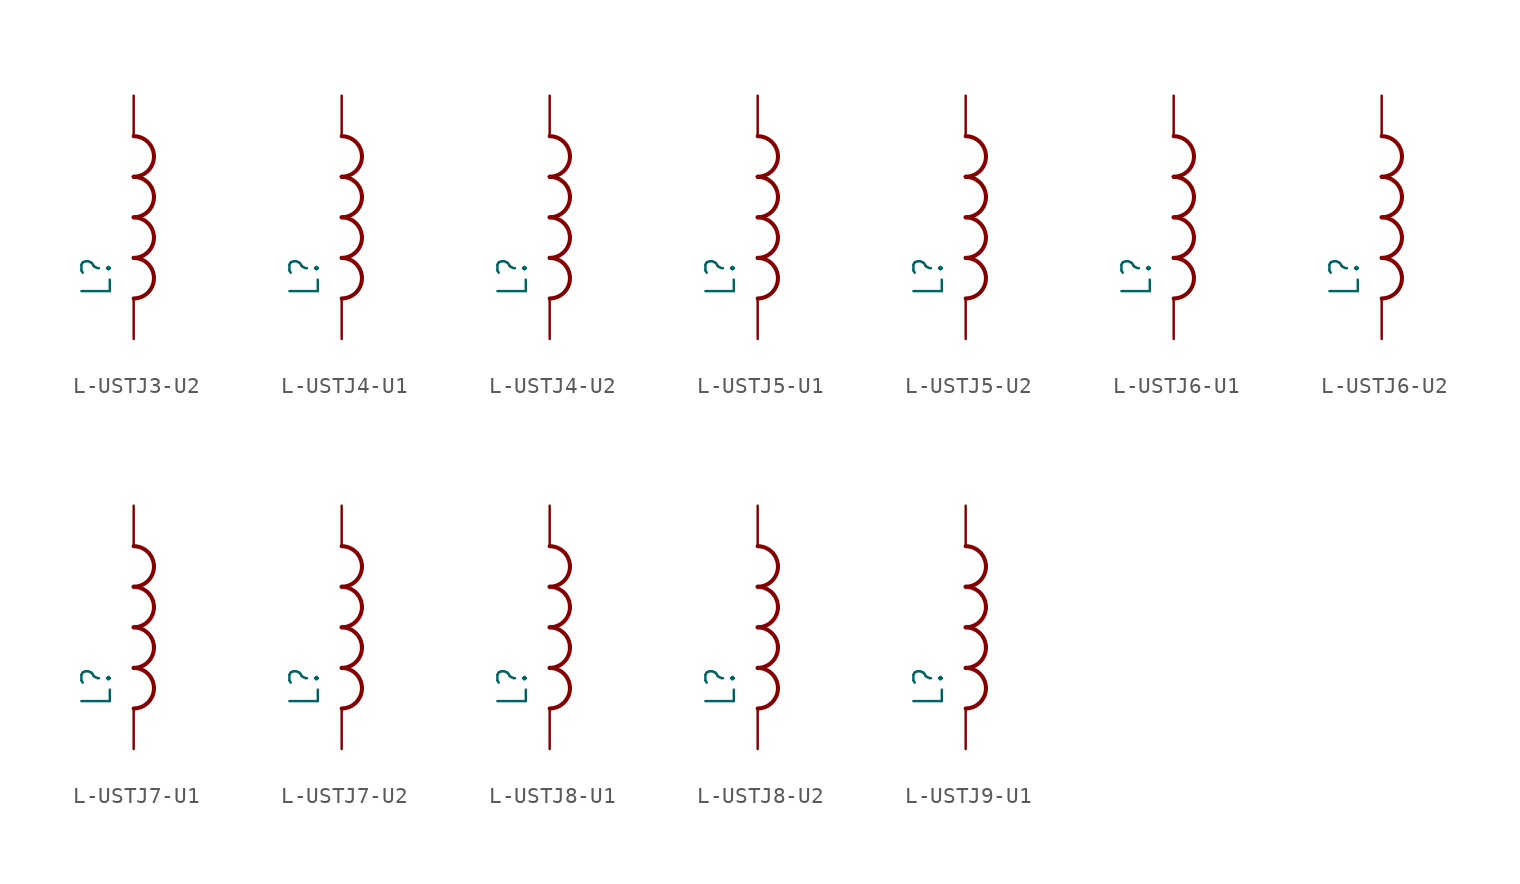
<source format=kicad_sym>
(kicad_symbol_lib
  (version 20241209)
  (generator "kicad_symbol_editor")
  (generator_version "9.0")
  (symbol "L-USTJ3-U2"
    (property "Reference" "L"
      (at -1.27 -5.08 90)
      (effects (font (size 1.778 1.511)) (justify left bottom)))
    (property "Value" ""
      (at 3.81 -5.08 90)
      (effects (font (size 1.778 1.511)) (justify left bottom)))
    (property "ki_locked" ""
      (at 0 0 0)
      (effects (font (size 1.27 1.27))))
    (symbol "L-USTJ3-U2_1_0"
      (arc (start 1.27 3.81) (mid 0.898 2.912) (end 0 2.54) (stroke (width 0.254) (type solid)) (fill (type none)))
      (arc (start 0 5.08) (mid 0.898 4.708) (end 1.27 3.81) (stroke (width 0.254) (type solid)) (fill (type none)))
      (arc (start 1.27 1.27) (mid 0.898 0.372) (end 0 0) (stroke (width 0.254) (type solid)) (fill (type none)))
      (arc (start 0 2.54) (mid 0.898 2.168) (end 1.27 1.27) (stroke (width 0.254) (type solid)) (fill (type none)))
      (arc (start 1.27 -1.27) (mid 0.898 -2.168) (end 0 -2.54) (stroke (width 0.254) (type solid)) (fill (type none)))
      (arc (start 0 0) (mid 0.898 -0.372) (end 1.27 -1.27) (stroke (width 0.254) (type solid)) (fill (type none)))
      (arc (start 1.27 -3.81) (mid 0.898 -4.708) (end 0 -5.08) (stroke (width 0.254) (type solid)) (fill (type none)))
      (arc (start 0 -2.54) (mid 0.898 -2.912) (end 1.27 -3.81) (stroke (width 0.254) (type solid)) (fill (type none)))
      (pin passive line (at 0 7.62 270) (length 2.54) (name "1" (effects (font (size 0 0)))) (number "1" (effects (font (size 0 0)))))
      (pin passive line (at 0 -7.62 90) (length 2.54) (name "2" (effects (font (size 0 0)))) (number "2" (effects (font (size 0 0)))))))
  (symbol "L-USTJ4-U1"
    (property "Reference" "L"
      (at -1.27 -5.08 90)
      (effects (font (size 1.778 1.511)) (justify left bottom)))
    (property "Value" ""
      (at 3.81 -5.08 90)
      (effects (font (size 1.778 1.511)) (justify left bottom)))
    (property "ki_locked" ""
      (at 0 0 0)
      (effects (font (size 1.27 1.27))))
    (symbol "L-USTJ4-U1_1_0"
      (arc (start 1.27 3.81) (mid 0.898 2.912) (end 0 2.54) (stroke (width 0.254) (type solid)) (fill (type none)))
      (arc (start 0 5.08) (mid 0.898 4.708) (end 1.27 3.81) (stroke (width 0.254) (type solid)) (fill (type none)))
      (arc (start 1.27 1.27) (mid 0.898 0.372) (end 0 0) (stroke (width 0.254) (type solid)) (fill (type none)))
      (arc (start 0 2.54) (mid 0.898 2.168) (end 1.27 1.27) (stroke (width 0.254) (type solid)) (fill (type none)))
      (arc (start 1.27 -1.27) (mid 0.898 -2.168) (end 0 -2.54) (stroke (width 0.254) (type solid)) (fill (type none)))
      (arc (start 0 0) (mid 0.898 -0.372) (end 1.27 -1.27) (stroke (width 0.254) (type solid)) (fill (type none)))
      (arc (start 1.27 -3.81) (mid 0.898 -4.708) (end 0 -5.08) (stroke (width 0.254) (type solid)) (fill (type none)))
      (arc (start 0 -2.54) (mid 0.898 -2.912) (end 1.27 -3.81) (stroke (width 0.254) (type solid)) (fill (type none)))
      (pin passive line (at 0 7.62 270) (length 2.54) (name "1" (effects (font (size 0 0)))) (number "1" (effects (font (size 0 0)))))
      (pin passive line (at 0 -7.62 90) (length 2.54) (name "2" (effects (font (size 0 0)))) (number "2" (effects (font (size 0 0)))))))
  (symbol "L-USTJ4-U2"
    (property "Reference" "L"
      (at -1.27 -5.08 90)
      (effects (font (size 1.778 1.511)) (justify left bottom)))
    (property "Value" ""
      (at 3.81 -5.08 90)
      (effects (font (size 1.778 1.511)) (justify left bottom)))
    (property "ki_locked" ""
      (at 0 0 0)
      (effects (font (size 1.27 1.27))))
    (symbol "L-USTJ4-U2_1_0"
      (arc (start 1.27 3.81) (mid 0.898 2.912) (end 0 2.54) (stroke (width 0.254) (type solid)) (fill (type none)))
      (arc (start 0 5.08) (mid 0.898 4.708) (end 1.27 3.81) (stroke (width 0.254) (type solid)) (fill (type none)))
      (arc (start 1.27 1.27) (mid 0.898 0.372) (end 0 0) (stroke (width 0.254) (type solid)) (fill (type none)))
      (arc (start 0 2.54) (mid 0.898 2.168) (end 1.27 1.27) (stroke (width 0.254) (type solid)) (fill (type none)))
      (arc (start 1.27 -1.27) (mid 0.898 -2.168) (end 0 -2.54) (stroke (width 0.254) (type solid)) (fill (type none)))
      (arc (start 0 0) (mid 0.898 -0.372) (end 1.27 -1.27) (stroke (width 0.254) (type solid)) (fill (type none)))
      (arc (start 1.27 -3.81) (mid 0.898 -4.708) (end 0 -5.08) (stroke (width 0.254) (type solid)) (fill (type none)))
      (arc (start 0 -2.54) (mid 0.898 -2.912) (end 1.27 -3.81) (stroke (width 0.254) (type solid)) (fill (type none)))
      (pin passive line (at 0 7.62 270) (length 2.54) (name "1" (effects (font (size 0 0)))) (number "1" (effects (font (size 0 0)))))
      (pin passive line (at 0 -7.62 90) (length 2.54) (name "2" (effects (font (size 0 0)))) (number "2" (effects (font (size 0 0)))))))
  (symbol "L-USTJ5-U1"
    (property "Reference" "L"
      (at -1.27 -5.08 90)
      (effects (font (size 1.778 1.511)) (justify left bottom)))
    (property "Value" ""
      (at 3.81 -5.08 90)
      (effects (font (size 1.778 1.511)) (justify left bottom)))
    (property "ki_locked" ""
      (at 0 0 0)
      (effects (font (size 1.27 1.27))))
    (symbol "L-USTJ5-U1_1_0"
      (arc (start 1.27 3.81) (mid 0.898 2.912) (end 0 2.54) (stroke (width 0.254) (type solid)) (fill (type none)))
      (arc (start 0 5.08) (mid 0.898 4.708) (end 1.27 3.81) (stroke (width 0.254) (type solid)) (fill (type none)))
      (arc (start 1.27 1.27) (mid 0.898 0.372) (end 0 0) (stroke (width 0.254) (type solid)) (fill (type none)))
      (arc (start 0 2.54) (mid 0.898 2.168) (end 1.27 1.27) (stroke (width 0.254) (type solid)) (fill (type none)))
      (arc (start 1.27 -1.27) (mid 0.898 -2.168) (end 0 -2.54) (stroke (width 0.254) (type solid)) (fill (type none)))
      (arc (start 0 0) (mid 0.898 -0.372) (end 1.27 -1.27) (stroke (width 0.254) (type solid)) (fill (type none)))
      (arc (start 1.27 -3.81) (mid 0.898 -4.708) (end 0 -5.08) (stroke (width 0.254) (type solid)) (fill (type none)))
      (arc (start 0 -2.54) (mid 0.898 -2.912) (end 1.27 -3.81) (stroke (width 0.254) (type solid)) (fill (type none)))
      (pin passive line (at 0 7.62 270) (length 2.54) (name "1" (effects (font (size 0 0)))) (number "1" (effects (font (size 0 0)))))
      (pin passive line (at 0 -7.62 90) (length 2.54) (name "2" (effects (font (size 0 0)))) (number "2" (effects (font (size 0 0)))))))
  (symbol "L-USTJ5-U2"
    (property "Reference" "L"
      (at -1.27 -5.08 90)
      (effects (font (size 1.778 1.511)) (justify left bottom)))
    (property "Value" ""
      (at 3.81 -5.08 90)
      (effects (font (size 1.778 1.511)) (justify left bottom)))
    (property "ki_locked" ""
      (at 0 0 0)
      (effects (font (size 1.27 1.27))))
    (symbol "L-USTJ5-U2_1_0"
      (arc (start 1.27 3.81) (mid 0.898 2.912) (end 0 2.54) (stroke (width 0.254) (type solid)) (fill (type none)))
      (arc (start 0 5.08) (mid 0.898 4.708) (end 1.27 3.81) (stroke (width 0.254) (type solid)) (fill (type none)))
      (arc (start 1.27 1.27) (mid 0.898 0.372) (end 0 0) (stroke (width 0.254) (type solid)) (fill (type none)))
      (arc (start 0 2.54) (mid 0.898 2.168) (end 1.27 1.27) (stroke (width 0.254) (type solid)) (fill (type none)))
      (arc (start 1.27 -1.27) (mid 0.898 -2.168) (end 0 -2.54) (stroke (width 0.254) (type solid)) (fill (type none)))
      (arc (start 0 0) (mid 0.898 -0.372) (end 1.27 -1.27) (stroke (width 0.254) (type solid)) (fill (type none)))
      (arc (start 1.27 -3.81) (mid 0.898 -4.708) (end 0 -5.08) (stroke (width 0.254) (type solid)) (fill (type none)))
      (arc (start 0 -2.54) (mid 0.898 -2.912) (end 1.27 -3.81) (stroke (width 0.254) (type solid)) (fill (type none)))
      (pin passive line (at 0 7.62 270) (length 2.54) (name "1" (effects (font (size 0 0)))) (number "1" (effects (font (size 0 0)))))
      (pin passive line (at 0 -7.62 90) (length 2.54) (name "2" (effects (font (size 0 0)))) (number "2" (effects (font (size 0 0)))))))
  (symbol "L-USTJ6-U1"
    (property "Reference" "L"
      (at -1.27 -5.08 90)
      (effects (font (size 1.778 1.511)) (justify left bottom)))
    (property "Value" ""
      (at 3.81 -5.08 90)
      (effects (font (size 1.778 1.511)) (justify left bottom)))
    (property "ki_locked" ""
      (at 0 0 0)
      (effects (font (size 1.27 1.27))))
    (symbol "L-USTJ6-U1_1_0"
      (arc (start 1.27 3.81) (mid 0.898 2.912) (end 0 2.54) (stroke (width 0.254) (type solid)) (fill (type none)))
      (arc (start 0 5.08) (mid 0.898 4.708) (end 1.27 3.81) (stroke (width 0.254) (type solid)) (fill (type none)))
      (arc (start 1.27 1.27) (mid 0.898 0.372) (end 0 0) (stroke (width 0.254) (type solid)) (fill (type none)))
      (arc (start 0 2.54) (mid 0.898 2.168) (end 1.27 1.27) (stroke (width 0.254) (type solid)) (fill (type none)))
      (arc (start 1.27 -1.27) (mid 0.898 -2.168) (end 0 -2.54) (stroke (width 0.254) (type solid)) (fill (type none)))
      (arc (start 0 0) (mid 0.898 -0.372) (end 1.27 -1.27) (stroke (width 0.254) (type solid)) (fill (type none)))
      (arc (start 1.27 -3.81) (mid 0.898 -4.708) (end 0 -5.08) (stroke (width 0.254) (type solid)) (fill (type none)))
      (arc (start 0 -2.54) (mid 0.898 -2.912) (end 1.27 -3.81) (stroke (width 0.254) (type solid)) (fill (type none)))
      (pin passive line (at 0 7.62 270) (length 2.54) (name "1" (effects (font (size 0 0)))) (number "1" (effects (font (size 0 0)))))
      (pin passive line (at 0 -7.62 90) (length 2.54) (name "2" (effects (font (size 0 0)))) (number "2" (effects (font (size 0 0)))))))
  (symbol "L-USTJ6-U2"
    (property "Reference" "L"
      (at -1.27 -5.08 90)
      (effects (font (size 1.778 1.511)) (justify left bottom)))
    (property "Value" ""
      (at 3.81 -5.08 90)
      (effects (font (size 1.778 1.511)) (justify left bottom)))
    (property "ki_locked" ""
      (at 0 0 0)
      (effects (font (size 1.27 1.27))))
    (symbol "L-USTJ6-U2_1_0"
      (arc (start 1.27 3.81) (mid 0.898 2.912) (end 0 2.54) (stroke (width 0.254) (type solid)) (fill (type none)))
      (arc (start 0 5.08) (mid 0.898 4.708) (end 1.27 3.81) (stroke (width 0.254) (type solid)) (fill (type none)))
      (arc (start 1.27 1.27) (mid 0.898 0.372) (end 0 0) (stroke (width 0.254) (type solid)) (fill (type none)))
      (arc (start 0 2.54) (mid 0.898 2.168) (end 1.27 1.27) (stroke (width 0.254) (type solid)) (fill (type none)))
      (arc (start 1.27 -1.27) (mid 0.898 -2.168) (end 0 -2.54) (stroke (width 0.254) (type solid)) (fill (type none)))
      (arc (start 0 0) (mid 0.898 -0.372) (end 1.27 -1.27) (stroke (width 0.254) (type solid)) (fill (type none)))
      (arc (start 1.27 -3.81) (mid 0.898 -4.708) (end 0 -5.08) (stroke (width 0.254) (type solid)) (fill (type none)))
      (arc (start 0 -2.54) (mid 0.898 -2.912) (end 1.27 -3.81) (stroke (width 0.254) (type solid)) (fill (type none)))
      (pin passive line (at 0 7.62 270) (length 2.54) (name "1" (effects (font (size 0 0)))) (number "1" (effects (font (size 0 0)))))
      (pin passive line (at 0 -7.62 90) (length 2.54) (name "2" (effects (font (size 0 0)))) (number "2" (effects (font (size 0 0)))))))
  (symbol "L-USTJ7-U1"
    (property "Reference" "L"
      (at -1.27 -5.08 90)
      (effects (font (size 1.778 1.511)) (justify left bottom)))
    (property "Value" ""
      (at 3.81 -5.08 90)
      (effects (font (size 1.778 1.511)) (justify left bottom)))
    (property "ki_locked" ""
      (at 0 0 0)
      (effects (font (size 1.27 1.27))))
    (symbol "L-USTJ7-U1_1_0"
      (arc (start 1.27 3.81) (mid 0.898 2.912) (end 0 2.54) (stroke (width 0.254) (type solid)) (fill (type none)))
      (arc (start 0 5.08) (mid 0.898 4.708) (end 1.27 3.81) (stroke (width 0.254) (type solid)) (fill (type none)))
      (arc (start 1.27 1.27) (mid 0.898 0.372) (end 0 0) (stroke (width 0.254) (type solid)) (fill (type none)))
      (arc (start 0 2.54) (mid 0.898 2.168) (end 1.27 1.27) (stroke (width 0.254) (type solid)) (fill (type none)))
      (arc (start 1.27 -1.27) (mid 0.898 -2.168) (end 0 -2.54) (stroke (width 0.254) (type solid)) (fill (type none)))
      (arc (start 0 0) (mid 0.898 -0.372) (end 1.27 -1.27) (stroke (width 0.254) (type solid)) (fill (type none)))
      (arc (start 1.27 -3.81) (mid 0.898 -4.708) (end 0 -5.08) (stroke (width 0.254) (type solid)) (fill (type none)))
      (arc (start 0 -2.54) (mid 0.898 -2.912) (end 1.27 -3.81) (stroke (width 0.254) (type solid)) (fill (type none)))
      (pin passive line (at 0 7.62 270) (length 2.54) (name "1" (effects (font (size 0 0)))) (number "1" (effects (font (size 0 0)))))
      (pin passive line (at 0 -7.62 90) (length 2.54) (name "2" (effects (font (size 0 0)))) (number "2" (effects (font (size 0 0)))))))
  (symbol "L-USTJ7-U2"
    (property "Reference" "L"
      (at -1.27 -5.08 90)
      (effects (font (size 1.778 1.511)) (justify left bottom)))
    (property "Value" ""
      (at 3.81 -5.08 90)
      (effects (font (size 1.778 1.511)) (justify left bottom)))
    (property "ki_locked" ""
      (at 0 0 0)
      (effects (font (size 1.27 1.27))))
    (symbol "L-USTJ7-U2_1_0"
      (arc (start 1.27 3.81) (mid 0.898 2.912) (end 0 2.54) (stroke (width 0.254) (type solid)) (fill (type none)))
      (arc (start 0 5.08) (mid 0.898 4.708) (end 1.27 3.81) (stroke (width 0.254) (type solid)) (fill (type none)))
      (arc (start 1.27 1.27) (mid 0.898 0.372) (end 0 0) (stroke (width 0.254) (type solid)) (fill (type none)))
      (arc (start 0 2.54) (mid 0.898 2.168) (end 1.27 1.27) (stroke (width 0.254) (type solid)) (fill (type none)))
      (arc (start 1.27 -1.27) (mid 0.898 -2.168) (end 0 -2.54) (stroke (width 0.254) (type solid)) (fill (type none)))
      (arc (start 0 0) (mid 0.898 -0.372) (end 1.27 -1.27) (stroke (width 0.254) (type solid)) (fill (type none)))
      (arc (start 1.27 -3.81) (mid 0.898 -4.708) (end 0 -5.08) (stroke (width 0.254) (type solid)) (fill (type none)))
      (arc (start 0 -2.54) (mid 0.898 -2.912) (end 1.27 -3.81) (stroke (width 0.254) (type solid)) (fill (type none)))
      (pin passive line (at 0 7.62 270) (length 2.54) (name "1" (effects (font (size 0 0)))) (number "1" (effects (font (size 0 0)))))
      (pin passive line (at 0 -7.62 90) (length 2.54) (name "2" (effects (font (size 0 0)))) (number "2" (effects (font (size 0 0)))))))
  (symbol "L-USTJ8-U1"
    (property "Reference" "L"
      (at -1.27 -5.08 90)
      (effects (font (size 1.778 1.511)) (justify left bottom)))
    (property "Value" ""
      (at 3.81 -5.08 90)
      (effects (font (size 1.778 1.511)) (justify left bottom)))
    (property "ki_locked" ""
      (at 0 0 0)
      (effects (font (size 1.27 1.27))))
    (symbol "L-USTJ8-U1_1_0"
      (arc (start 1.27 3.81) (mid 0.898 2.912) (end 0 2.54) (stroke (width 0.254) (type solid)) (fill (type none)))
      (arc (start 0 5.08) (mid 0.898 4.708) (end 1.27 3.81) (stroke (width 0.254) (type solid)) (fill (type none)))
      (arc (start 1.27 1.27) (mid 0.898 0.372) (end 0 0) (stroke (width 0.254) (type solid)) (fill (type none)))
      (arc (start 0 2.54) (mid 0.898 2.168) (end 1.27 1.27) (stroke (width 0.254) (type solid)) (fill (type none)))
      (arc (start 1.27 -1.27) (mid 0.898 -2.168) (end 0 -2.54) (stroke (width 0.254) (type solid)) (fill (type none)))
      (arc (start 0 0) (mid 0.898 -0.372) (end 1.27 -1.27) (stroke (width 0.254) (type solid)) (fill (type none)))
      (arc (start 1.27 -3.81) (mid 0.898 -4.708) (end 0 -5.08) (stroke (width 0.254) (type solid)) (fill (type none)))
      (arc (start 0 -2.54) (mid 0.898 -2.912) (end 1.27 -3.81) (stroke (width 0.254) (type solid)) (fill (type none)))
      (pin passive line (at 0 7.62 270) (length 2.54) (name "1" (effects (font (size 0 0)))) (number "1" (effects (font (size 0 0)))))
      (pin passive line (at 0 -7.62 90) (length 2.54) (name "2" (effects (font (size 0 0)))) (number "2" (effects (font (size 0 0)))))))
  (symbol "L-USTJ8-U2"
    (property "Reference" "L"
      (at -1.27 -5.08 90)
      (effects (font (size 1.778 1.511)) (justify left bottom)))
    (property "Value" ""
      (at 3.81 -5.08 90)
      (effects (font (size 1.778 1.511)) (justify left bottom)))
    (property "ki_locked" ""
      (at 0 0 0)
      (effects (font (size 1.27 1.27))))
    (symbol "L-USTJ8-U2_1_0"
      (arc (start 1.27 3.81) (mid 0.898 2.912) (end 0 2.54) (stroke (width 0.254) (type solid)) (fill (type none)))
      (arc (start 0 5.08) (mid 0.898 4.708) (end 1.27 3.81) (stroke (width 0.254) (type solid)) (fill (type none)))
      (arc (start 1.27 1.27) (mid 0.898 0.372) (end 0 0) (stroke (width 0.254) (type solid)) (fill (type none)))
      (arc (start 0 2.54) (mid 0.898 2.168) (end 1.27 1.27) (stroke (width 0.254) (type solid)) (fill (type none)))
      (arc (start 1.27 -1.27) (mid 0.898 -2.168) (end 0 -2.54) (stroke (width 0.254) (type solid)) (fill (type none)))
      (arc (start 0 0) (mid 0.898 -0.372) (end 1.27 -1.27) (stroke (width 0.254) (type solid)) (fill (type none)))
      (arc (start 1.27 -3.81) (mid 0.898 -4.708) (end 0 -5.08) (stroke (width 0.254) (type solid)) (fill (type none)))
      (arc (start 0 -2.54) (mid 0.898 -2.912) (end 1.27 -3.81) (stroke (width 0.254) (type solid)) (fill (type none)))
      (pin passive line (at 0 7.62 270) (length 2.54) (name "1" (effects (font (size 0 0)))) (number "1" (effects (font (size 0 0)))))
      (pin passive line (at 0 -7.62 90) (length 2.54) (name "2" (effects (font (size 0 0)))) (number "2" (effects (font (size 0 0)))))))
  (symbol "L-USTJ9-U1"
    (property "Reference" "L"
      (at -1.27 -5.08 90)
      (effects (font (size 1.778 1.511)) (justify left bottom)))
    (property "Value" ""
      (at 3.81 -5.08 90)
      (effects (font (size 1.778 1.511)) (justify left bottom)))
    (property "ki_locked" ""
      (at 0 0 0)
      (effects (font (size 1.27 1.27))))
    (symbol "L-USTJ9-U1_1_0"
      (arc (start 1.27 3.81) (mid 0.898 2.912) (end 0 2.54) (stroke (width 0.254) (type solid)) (fill (type none)))
      (arc (start 0 5.08) (mid 0.898 4.708) (end 1.27 3.81) (stroke (width 0.254) (type solid)) (fill (type none)))
      (arc (start 1.27 1.27) (mid 0.898 0.372) (end 0 0) (stroke (width 0.254) (type solid)) (fill (type none)))
      (arc (start 0 2.54) (mid 0.898 2.168) (end 1.27 1.27) (stroke (width 0.254) (type solid)) (fill (type none)))
      (arc (start 1.27 -1.27) (mid 0.898 -2.168) (end 0 -2.54) (stroke (width 0.254) (type solid)) (fill (type none)))
      (arc (start 0 0) (mid 0.898 -0.372) (end 1.27 -1.27) (stroke (width 0.254) (type solid)) (fill (type none)))
      (arc (start 1.27 -3.81) (mid 0.898 -4.708) (end 0 -5.08) (stroke (width 0.254) (type solid)) (fill (type none)))
      (arc (start 0 -2.54) (mid 0.898 -2.912) (end 1.27 -3.81) (stroke (width 0.254) (type solid)) (fill (type none)))
      (pin passive line (at 0 7.62 270) (length 2.54) (name "1" (effects (font (size 0 0)))) (number "1" (effects (font (size 0 0)))))
      (pin passive line (at 0 -7.62 90) (length 2.54) (name "2" (effects (font (size 0 0)))) (number "2" (effects (font (size 0 0))))))))
</source>
